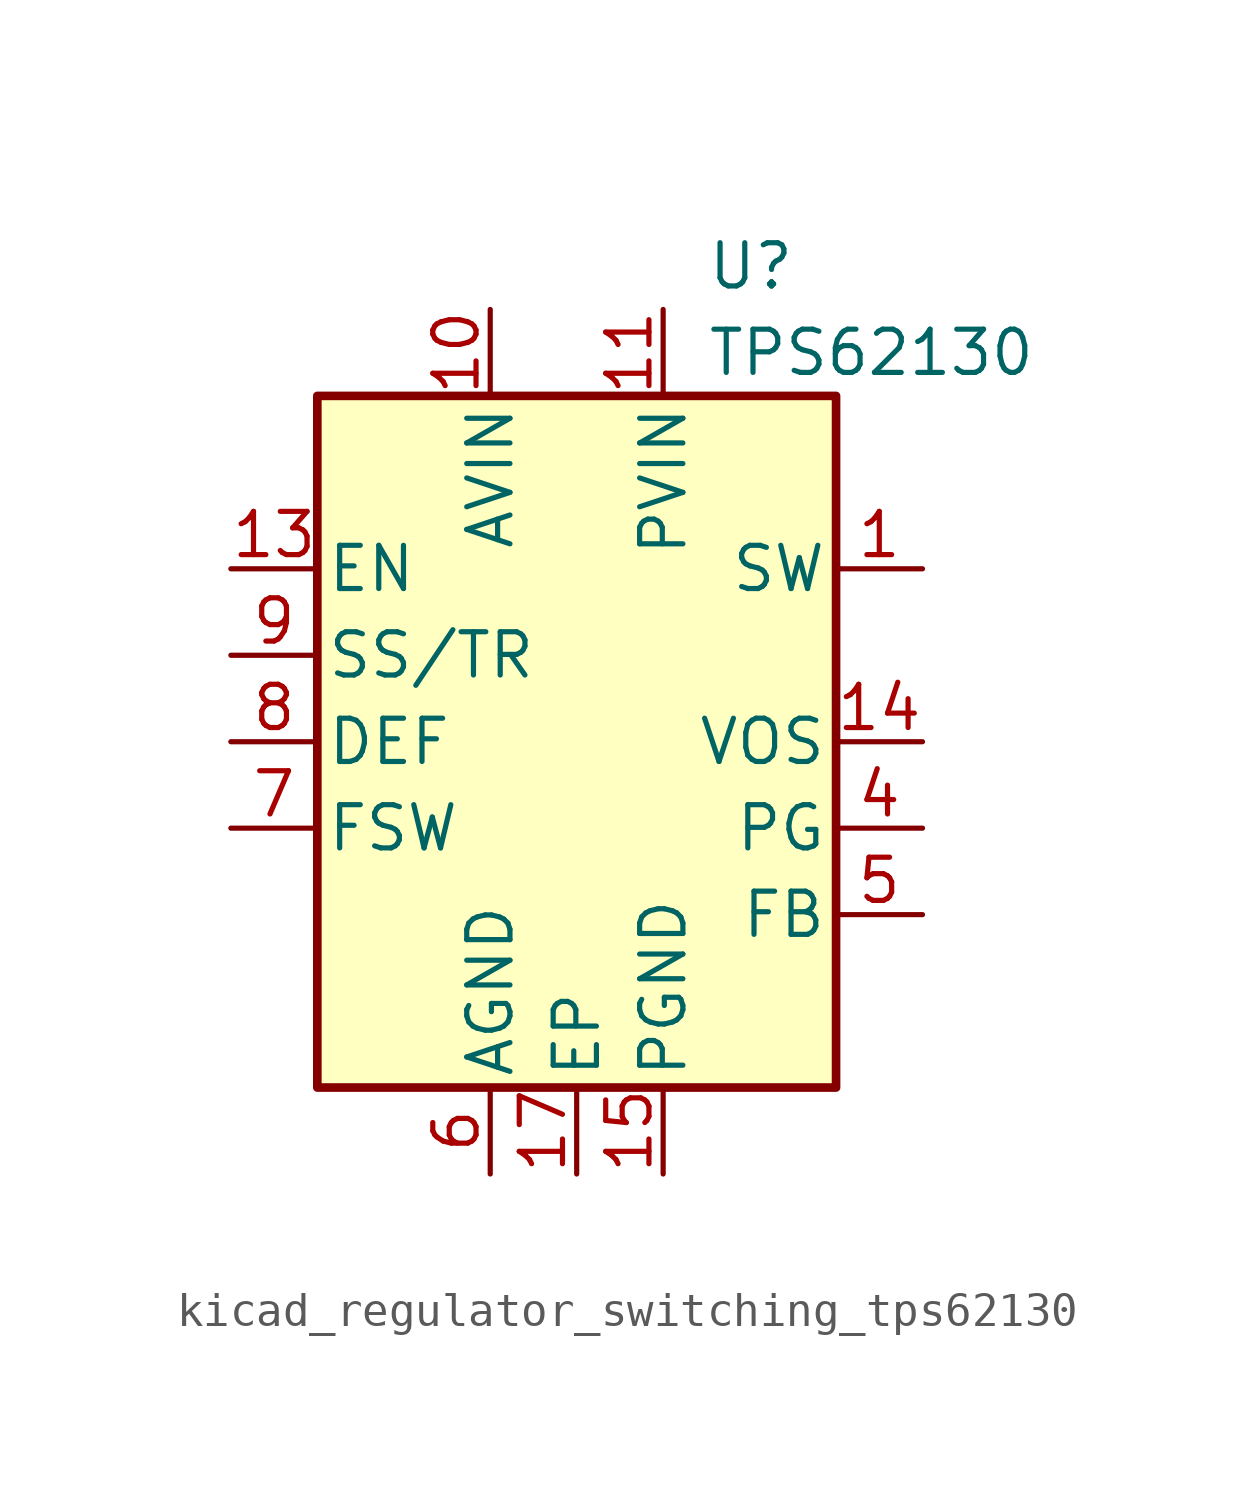
<source format=kicad_sym>
(kicad_symbol_lib
  (version 20220914)
  (generator kicad_symbol_editor)
  (symbol "kicad_regulator_switching_tps62130"
    (pin_names
      (offset 0.254))
    (property "Reference" "U"
      (at 3.81 13.97 0)
      (effects (font (size 1.27 1.27)) (justify left)))
    (property "Value" "TPS62130"
      (at 3.81 11.43 0)
      (effects (font (size 1.27 1.27)) (justify left)))
    (symbol "kicad_regulator_switching_tps62130_0_1"
      (rectangle (start -7.62 10.16) (end 7.62 -10.16) (stroke (width 0.254) (type default)) (fill (type background))))
    (symbol "kicad_regulator_switching_tps62130_1_1"
      (pin output line (at 10.16 5.08 180) (length 2.54) (name "SW" (effects (font (size 1.27 1.27)))) (number "1" (effects (font (size 1.27 1.27)))))
      (pin power_in line (at -2.54 12.7 270) (length 2.54) (name "AVIN" (effects (font (size 1.27 1.27)))) (number "10" (effects (font (size 1.27 1.27)))))
      (pin power_in line (at 2.54 12.7 270) (length 2.54) (name "PVIN" (effects (font (size 1.27 1.27)))) (number "11" (effects (font (size 1.27 1.27)))))
      (pin passive line (at 2.54 12.7 270) (length 2.54) hide (name "PVIN" (effects (font (size 1.27 1.27)))) (number "12" (effects (font (size 1.27 1.27)))))
      (pin input line (at -10.16 5.08 0) (length 2.54) (name "EN" (effects (font (size 1.27 1.27)))) (number "13" (effects (font (size 1.27 1.27)))))
      (pin input line (at 10.16 0 180) (length 2.54) (name "VOS" (effects (font (size 1.27 1.27)))) (number "14" (effects (font (size 1.27 1.27)))))
      (pin power_in line (at 2.54 -12.7 90) (length 2.54) (name "PGND" (effects (font (size 1.27 1.27)))) (number "15" (effects (font (size 1.27 1.27)))))
      (pin passive line (at 2.54 -12.7 90) (length 2.54) hide (name "PGND" (effects (font (size 1.27 1.27)))) (number "16" (effects (font (size 1.27 1.27)))))
      (pin power_in line (at 0 -12.7 90) (length 2.54) (name "EP" (effects (font (size 1.27 1.27)))) (number "17" (effects (font (size 1.27 1.27)))))
      (pin passive line (at 10.16 5.08 180) (length 2.54) hide (name "SW" (effects (font (size 1.27 1.27)))) (number "2" (effects (font (size 1.27 1.27)))))
      (pin passive line (at 10.16 5.08 180) (length 2.54) hide (name "SW" (effects (font (size 1.27 1.27)))) (number "3" (effects (font (size 1.27 1.27)))))
      (pin open_collector line (at 10.16 -2.54 180) (length 2.54) (name "PG" (effects (font (size 1.27 1.27)))) (number "4" (effects (font (size 1.27 1.27)))))
      (pin input line (at 10.16 -5.08 180) (length 2.54) (name "FB" (effects (font (size 1.27 1.27)))) (number "5" (effects (font (size 1.27 1.27)))))
      (pin power_in line (at -2.54 -12.7 90) (length 2.54) (name "AGND" (effects (font (size 1.27 1.27)))) (number "6" (effects (font (size 1.27 1.27)))))
      (pin input line (at -10.16 -2.54 0) (length 2.54) (name "FSW" (effects (font (size 1.27 1.27)))) (number "7" (effects (font (size 1.27 1.27)))))
      (pin input line (at -10.16 0 0) (length 2.54) (name "DEF" (effects (font (size 1.27 1.27)))) (number "8" (effects (font (size 1.27 1.27)))))
      (pin input line (at -10.16 2.54 0) (length 2.54) (name "SS/TR" (effects (font (size 1.27 1.27)))) (number "9" (effects (font (size 1.27 1.27))))))))
</source>
